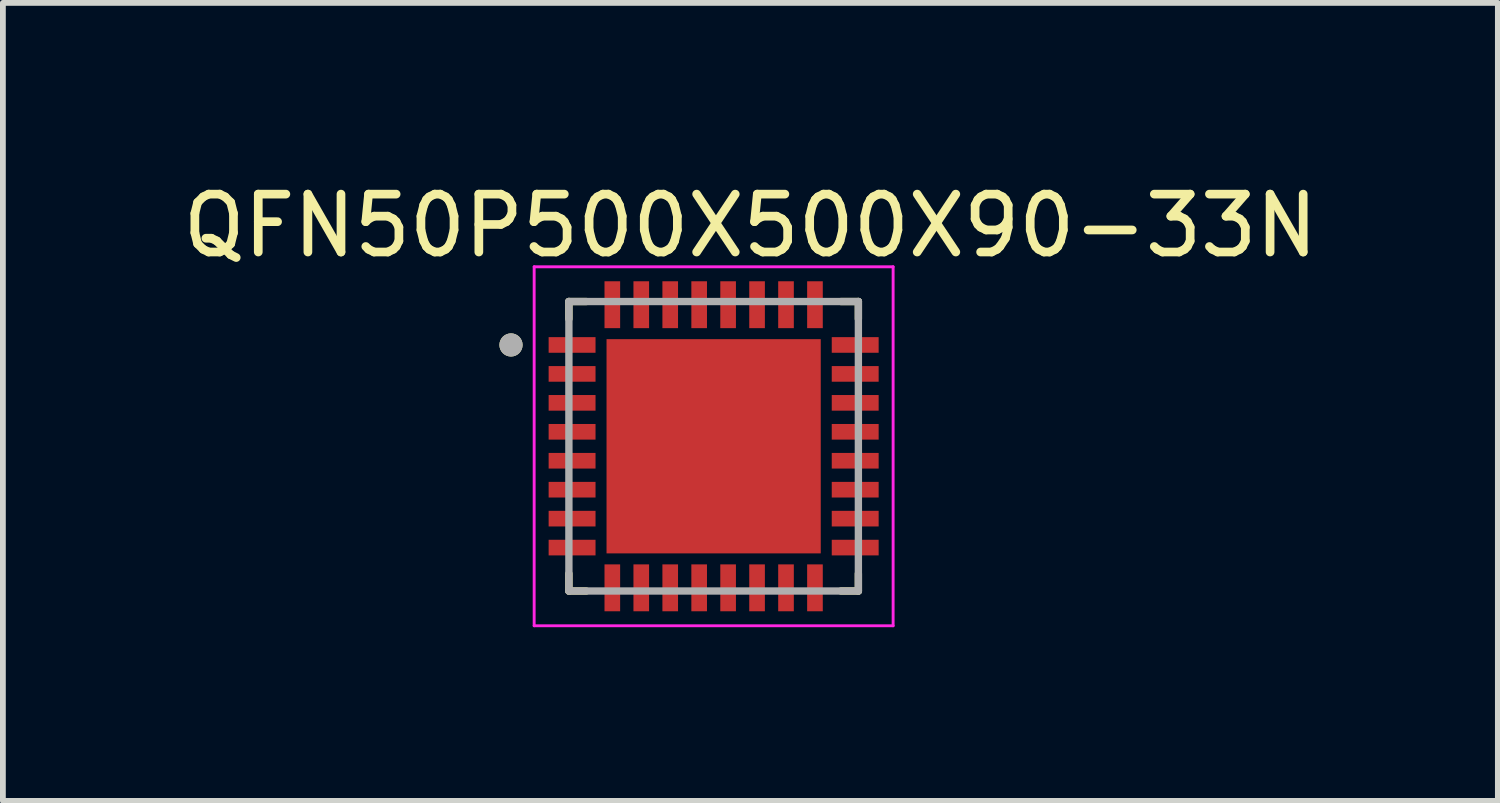
<source format=kicad_pcb>
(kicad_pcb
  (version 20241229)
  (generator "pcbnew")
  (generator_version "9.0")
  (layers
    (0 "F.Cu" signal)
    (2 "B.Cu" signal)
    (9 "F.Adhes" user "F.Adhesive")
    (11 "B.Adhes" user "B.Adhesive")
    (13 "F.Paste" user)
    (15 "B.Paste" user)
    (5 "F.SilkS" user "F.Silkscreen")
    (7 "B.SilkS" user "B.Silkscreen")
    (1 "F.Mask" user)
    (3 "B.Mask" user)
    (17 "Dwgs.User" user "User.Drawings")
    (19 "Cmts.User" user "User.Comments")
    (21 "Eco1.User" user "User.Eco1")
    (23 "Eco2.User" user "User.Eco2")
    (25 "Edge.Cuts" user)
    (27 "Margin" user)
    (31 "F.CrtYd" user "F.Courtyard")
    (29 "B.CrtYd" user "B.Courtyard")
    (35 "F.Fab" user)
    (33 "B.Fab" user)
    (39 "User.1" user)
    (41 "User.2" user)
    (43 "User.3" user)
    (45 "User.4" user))
  (footprint "QFN50P500X500X90-33N"
    (layer "F.Cu")
    (at 9.276 4.658)
    (property "Reference" "QFN50P500X500X90-33N" (at 0.635 -3.81 0) (layer "F.SilkS") (effects (font (size 1 1) (thickness 0.15))))
    (attr smd)
    (fp_poly (pts (xy -2.9 -1.935) (xy -1.99 -1.935) (xy -1.99 -1.565) (xy -2.9 -1.565)) (stroke (width 0.01) (type solid)) (fill yes) (layer "F.Mask"))
    (fp_poly (pts (xy -2.9 -1.435) (xy -1.99 -1.435) (xy -1.99 -1.065) (xy -2.9 -1.065)) (stroke (width 0.01) (type solid)) (fill yes) (layer "F.Mask"))
    (fp_poly (pts (xy -2.9 -0.935) (xy -1.99 -0.935) (xy -1.99 -0.565) (xy -2.9 -0.565)) (stroke (width 0.01) (type solid)) (fill yes) (layer "F.Mask"))
    (fp_poly (pts (xy -2.9 -0.435) (xy -1.99 -0.435) (xy -1.99 -0.065) (xy -2.9 -0.065)) (stroke (width 0.01) (type solid)) (fill yes) (layer "F.Mask"))
    (fp_poly (pts (xy -2.9 0.065) (xy -1.99 0.065) (xy -1.99 0.435) (xy -2.9 0.435)) (stroke (width 0.01) (type solid)) (fill yes) (layer "F.Mask"))
    (fp_poly (pts (xy -2.9 0.565) (xy -1.99 0.565) (xy -1.99 0.935) (xy -2.9 0.935)) (stroke (width 0.01) (type solid)) (fill yes) (layer "F.Mask"))
    (fp_poly (pts (xy -2.9 1.065) (xy -1.99 1.065) (xy -1.99 1.435) (xy -2.9 1.435)) (stroke (width 0.01) (type solid)) (fill yes) (layer "F.Mask"))
    (fp_poly (pts (xy -2.9 1.565) (xy -1.99 1.565) (xy -1.99 1.935) (xy -2.9 1.935)) (stroke (width 0.01) (type solid)) (fill yes) (layer "F.Mask"))
    (fp_poly (pts (xy -1.935 -2.9) (xy -1.565 -2.9) (xy -1.565 -1.99) (xy -1.935 -1.99)) (stroke (width 0.01) (type solid)) (fill yes) (layer "F.Mask"))
    (fp_poly (pts (xy -1.935 1.99) (xy -1.565 1.99) (xy -1.565 2.9) (xy -1.935 2.9)) (stroke (width 0.01) (type solid)) (fill yes) (layer "F.Mask"))
    (fp_poly (pts (xy -1.9 -1.9) (xy 1.9 -1.9) (xy 1.9 1.9) (xy -1.9 1.9)) (stroke (width 0.01) (type solid)) (fill yes) (layer "F.Mask"))
    (fp_poly (pts (xy -1.435 -2.9) (xy -1.065 -2.9) (xy -1.065 -1.99) (xy -1.435 -1.99)) (stroke (width 0.01) (type solid)) (fill yes) (layer "F.Mask"))
    (fp_poly (pts (xy -1.435 1.99) (xy -1.065 1.99) (xy -1.065 2.9) (xy -1.435 2.9)) (stroke (width 0.01) (type solid)) (fill yes) (layer "F.Mask"))
    (fp_poly (pts (xy -0.935 -2.9) (xy -0.565 -2.9) (xy -0.565 -1.99) (xy -0.935 -1.99)) (stroke (width 0.01) (type solid)) (fill yes) (layer "F.Mask"))
    (fp_poly (pts (xy -0.935 1.99) (xy -0.565 1.99) (xy -0.565 2.9) (xy -0.935 2.9)) (stroke (width 0.01) (type solid)) (fill yes) (layer "F.Mask"))
    (fp_poly (pts (xy -0.435 -2.9) (xy -0.065 -2.9) (xy -0.065 -1.99) (xy -0.435 -1.99)) (stroke (width 0.01) (type solid)) (fill yes) (layer "F.Mask"))
    (fp_poly (pts (xy -0.435 1.99) (xy -0.065 1.99) (xy -0.065 2.9) (xy -0.435 2.9)) (stroke (width 0.01) (type solid)) (fill yes) (layer "F.Mask"))
    (fp_poly (pts (xy 0.065 -2.9) (xy 0.435 -2.9) (xy 0.435 -1.99) (xy 0.065 -1.99)) (stroke (width 0.01) (type solid)) (fill yes) (layer "F.Mask"))
    (fp_poly (pts (xy 0.065 1.99) (xy 0.435 1.99) (xy 0.435 2.9) (xy 0.065 2.9)) (stroke (width 0.01) (type solid)) (fill yes) (layer "F.Mask"))
    (fp_poly (pts (xy 0.565 -2.9) (xy 0.935 -2.9) (xy 0.935 -1.99) (xy 0.565 -1.99)) (stroke (width 0.01) (type solid)) (fill yes) (layer "F.Mask"))
    (fp_poly (pts (xy 0.565 1.99) (xy 0.935 1.99) (xy 0.935 2.9) (xy 0.565 2.9)) (stroke (width 0.01) (type solid)) (fill yes) (layer "F.Mask"))
    (fp_poly (pts (xy 1.065 -2.9) (xy 1.435 -2.9) (xy 1.435 -1.99) (xy 1.065 -1.99)) (stroke (width 0.01) (type solid)) (fill yes) (layer "F.Mask"))
    (fp_poly (pts (xy 1.065 1.99) (xy 1.435 1.99) (xy 1.435 2.9) (xy 1.065 2.9)) (stroke (width 0.01) (type solid)) (fill yes) (layer "F.Mask"))
    (fp_poly (pts (xy 1.565 -2.9) (xy 1.935 -2.9) (xy 1.935 -1.99) (xy 1.565 -1.99)) (stroke (width 0.01) (type solid)) (fill yes) (layer "F.Mask"))
    (fp_poly (pts (xy 1.565 1.99) (xy 1.935 1.99) (xy 1.935 2.9) (xy 1.565 2.9)) (stroke (width 0.01) (type solid)) (fill yes) (layer "F.Mask"))
    (fp_poly (pts (xy 1.99 -1.935) (xy 2.9 -1.935) (xy 2.9 -1.565) (xy 1.99 -1.565)) (stroke (width 0.01) (type solid)) (fill yes) (layer "F.Mask"))
    (fp_poly (pts (xy 1.99 -1.435) (xy 2.9 -1.435) (xy 2.9 -1.065) (xy 1.99 -1.065)) (stroke (width 0.01) (type solid)) (fill yes) (layer "F.Mask"))
    (fp_poly (pts (xy 1.99 -0.935) (xy 2.9 -0.935) (xy 2.9 -0.565) (xy 1.99 -0.565)) (stroke (width 0.01) (type solid)) (fill yes) (layer "F.Mask"))
    (fp_poly (pts (xy 1.99 -0.435) (xy 2.9 -0.435) (xy 2.9 -0.065) (xy 1.99 -0.065)) (stroke (width 0.01) (type solid)) (fill yes) (layer "F.Mask"))
    (fp_poly (pts (xy 1.99 0.065) (xy 2.9 0.065) (xy 2.9 0.435) (xy 1.99 0.435)) (stroke (width 0.01) (type solid)) (fill yes) (layer "F.Mask"))
    (fp_poly (pts (xy 1.99 0.565) (xy 2.9 0.565) (xy 2.9 0.935) (xy 1.99 0.935)) (stroke (width 0.01) (type solid)) (fill yes) (layer "F.Mask"))
    (fp_poly (pts (xy 1.99 1.065) (xy 2.9 1.065) (xy 2.9 1.435) (xy 1.99 1.435)) (stroke (width 0.01) (type solid)) (fill yes) (layer "F.Mask"))
    (fp_poly (pts (xy 1.99 1.565) (xy 2.9 1.565) (xy 2.9 1.935) (xy 1.99 1.935)) (stroke (width 0.01) (type solid)) (fill yes) (layer "F.Mask"))
    (fp_line (start -2.5 -2.5) (end -2.5 -2.2) (stroke (width 0.127) (type solid)) (layer "F.SilkS"))
    (fp_line (start -2.5 -2.5) (end -2.2 -2.5) (stroke (width 0.127) (type solid)) (layer "F.SilkS"))
    (fp_line (start -2.5 2.5) (end -2.5 2.2) (stroke (width 0.127) (type solid)) (layer "F.SilkS"))
    (fp_line (start -2.5 2.5) (end -2.2 2.5) (stroke (width 0.127) (type solid)) (layer "F.SilkS"))
    (fp_line (start 2.5 -2.5) (end 2.2 -2.5) (stroke (width 0.127) (type solid)) (layer "F.SilkS"))
    (fp_line (start 2.5 -2.5) (end 2.5 -2.2) (stroke (width 0.127) (type solid)) (layer "F.SilkS"))
    (fp_line (start 2.5 2.5) (end 2.2 2.5) (stroke (width 0.127) (type solid)) (layer "F.SilkS"))
    (fp_line (start 2.5 2.5) (end 2.5 2.2) (stroke (width 0.127) (type solid)) (layer "F.SilkS"))
    (fp_circle (center -3.5 -1.75) (end -3.4 -1.75) (stroke (width 0.2) (type solid)) (fill no) (layer "F.SilkS"))
    (fp_poly (pts (xy -1.17 -1.17) (xy 1.17 -1.17) (xy 1.17 1.17) (xy -1.17 1.17)) (stroke (width 0.01) (type solid)) (fill yes) (layer "F.Paste"))
    (fp_line (start -3.1 -3.1) (end 3.1 -3.1) (stroke (width 0.05) (type solid)) (layer "F.CrtYd"))
    (fp_line (start -3.1 3.1) (end -3.1 -3.1) (stroke (width 0.05) (type solid)) (layer "F.CrtYd"))
    (fp_line (start 3.1 -3.1) (end 3.1 3.1) (stroke (width 0.05) (type solid)) (layer "F.CrtYd"))
    (fp_line (start 3.1 3.1) (end -3.1 3.1) (stroke (width 0.05) (type solid)) (layer "F.CrtYd"))
    (fp_line (start -2.5 -2.5) (end 2.5 -2.5) (stroke (width 0.127) (type solid)) (layer "F.Fab"))
    (fp_line (start -2.5 2.5) (end -2.5 -2.5) (stroke (width 0.127) (type solid)) (layer "F.Fab"))
    (fp_line (start 2.5 -2.5) (end 2.5 2.5) (stroke (width 0.127) (type solid)) (layer "F.Fab"))
    (fp_line (start 2.5 2.5) (end -2.5 2.5) (stroke (width 0.127) (type solid)) (layer "F.Fab"))
    (fp_circle (center -3.5 -1.75) (end -3.4 -1.75) (stroke (width 0.2) (type solid)) (fill no) (layer "F.Fab"))
    (pad "1" smd rect (at -2.445 -1.75) (size 0.81 0.27) (layers "F.Cu" "F.Paste"))
    (pad "2" smd rect (at -2.445 -1.25) (size 0.81 0.27) (layers "F.Cu" "F.Paste"))
    (pad "3" smd rect (at -2.445 -0.75) (size 0.81 0.27) (layers "F.Cu" "F.Paste"))
    (pad "4" smd rect (at -2.445 -0.25) (size 0.81 0.27) (layers "F.Cu" "F.Paste"))
    (pad "5" smd rect (at -2.445 0.25) (size 0.81 0.27) (layers "F.Cu" "F.Paste"))
    (pad "6" smd rect (at -2.445 0.75) (size 0.81 0.27) (layers "F.Cu" "F.Paste"))
    (pad "7" smd rect (at -2.445 1.25) (size 0.81 0.27) (layers "F.Cu" "F.Paste"))
    (pad "8" smd rect (at -2.445 1.75) (size 0.81 0.27) (layers "F.Cu" "F.Paste"))
    (pad "9" smd rect (at -1.75 2.445) (size 0.27 0.81) (layers "F.Cu" "F.Paste"))
    (pad "10" smd rect (at -1.25 2.445) (size 0.27 0.81) (layers "F.Cu" "F.Paste"))
    (pad "11" smd rect (at -0.75 2.445) (size 0.27 0.81) (layers "F.Cu" "F.Paste"))
    (pad "12" smd rect (at -0.25 2.445) (size 0.27 0.81) (layers "F.Cu" "F.Paste"))
    (pad "13" smd rect (at 0.25 2.445) (size 0.27 0.81) (layers "F.Cu" "F.Paste"))
    (pad "14" smd rect (at 0.75 2.445) (size 0.27 0.81) (layers "F.Cu" "F.Paste"))
    (pad "15" smd rect (at 1.25 2.445) (size 0.27 0.81) (layers "F.Cu" "F.Paste"))
    (pad "16" smd rect (at 1.75 2.445) (size 0.27 0.81) (layers "F.Cu" "F.Paste"))
    (pad "17" smd rect (at 2.445 1.75) (size 0.81 0.27) (layers "F.Cu" "F.Paste"))
    (pad "18" smd rect (at 2.445 1.25) (size 0.81 0.27) (layers "F.Cu" "F.Paste"))
    (pad "19" smd rect (at 2.445 0.75) (size 0.81 0.27) (layers "F.Cu" "F.Paste"))
    (pad "20" smd rect (at 2.445 0.25) (size 0.81 0.27) (layers "F.Cu" "F.Paste"))
    (pad "21" smd rect (at 2.445 -0.25) (size 0.81 0.27) (layers "F.Cu" "F.Paste"))
    (pad "22" smd rect (at 2.445 -0.75) (size 0.81 0.27) (layers "F.Cu" "F.Paste"))
    (pad "23" smd rect (at 2.445 -1.25) (size 0.81 0.27) (layers "F.Cu" "F.Paste"))
    (pad "24" smd rect (at 2.445 -1.75) (size 0.81 0.27) (layers "F.Cu" "F.Paste"))
    (pad "25" smd rect (at 1.75 -2.445) (size 0.27 0.81) (layers "F.Cu" "F.Paste"))
    (pad "26" smd rect (at 1.25 -2.445) (size 0.27 0.81) (layers "F.Cu" "F.Paste"))
    (pad "27" smd rect (at 0.75 -2.445) (size 0.27 0.81) (layers "F.Cu" "F.Paste"))
    (pad "28" smd rect (at 0.25 -2.445) (size 0.27 0.81) (layers "F.Cu" "F.Paste"))
    (pad "29" smd rect (at -0.25 -2.445) (size 0.27 0.81) (layers "F.Cu" "F.Paste"))
    (pad "30" smd rect (at -0.75 -2.445) (size 0.27 0.81) (layers "F.Cu" "F.Paste"))
    (pad "31" smd rect (at -1.25 -2.445) (size 0.27 0.81) (layers "F.Cu" "F.Paste"))
    (pad "32" smd rect (at -1.75 -2.445) (size 0.27 0.81) (layers "F.Cu" "F.Paste"))
    (pad "33" smd rect (at 0 0) (size 3.7 3.7) (layers "F.Cu")))
  (gr_rect
    (start -3 -3)
    (end 22.821 10.783)
    (stroke (width 0.1) (type default))
    (fill no)
    (layer "Edge.Cuts")))
</source>
